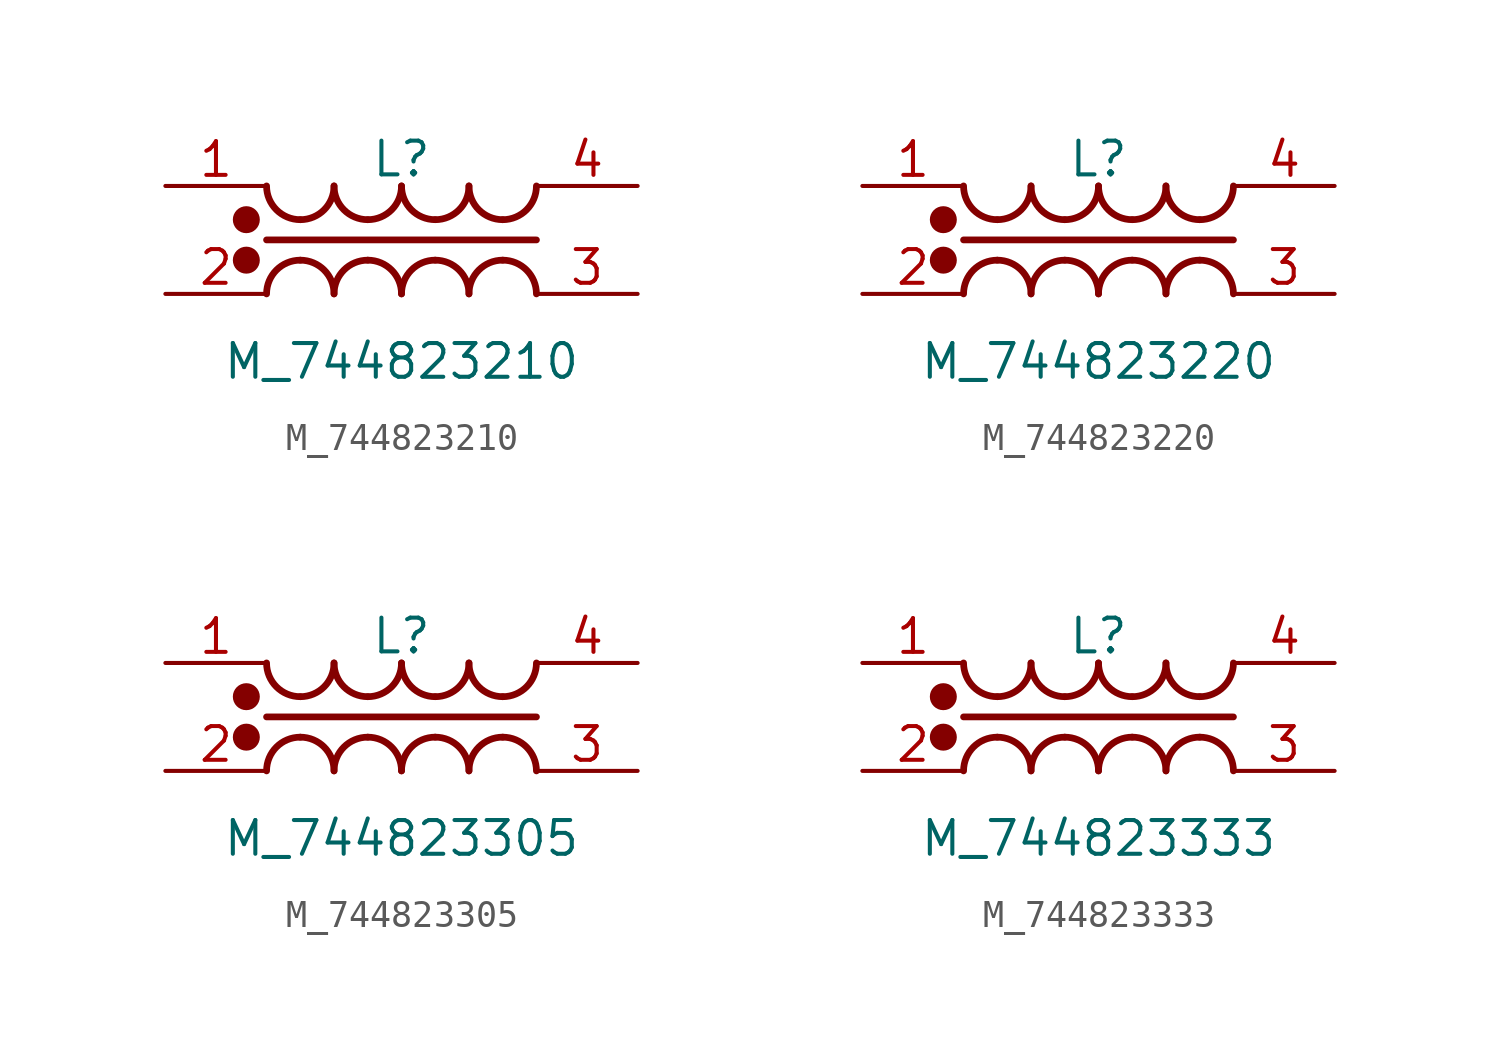
<source format=kicad_sym>
(kicad_symbol_lib
  (version 20211014)
  (generator kicad_symbol_editor)
  (symbol "Inductor_Wurth_WE-CMB:M_744823210"
    (pin_names hide)
    (property "Reference" "L"
      (at 0 5.08 0)
      (effects (font (size 1.27 1.27))))
    (property "Value" "M_744823210"
      (at 0 -2.54 0)
      (effects (font (size 1.27 1.27))))
    (symbol "M_744823210_0_1"
      (arc (start -5.08 4.064) (mid -4.708 3.166) (end -3.81 2.794) (stroke (width 0.254) (type default)) (fill (type none)))
      (arc (start -3.81 1.27) (mid -4.708 0.898) (end -5.08 0) (stroke (width 0.254) (type default)) (fill (type none)))
      (arc (start -3.81 2.794) (mid -2.912 3.166) (end -2.54 4.064) (stroke (width 0.254) (type default)) (fill (type none)))
      (arc (start -2.54 0) (mid -2.912 0.898) (end -3.81 1.27) (stroke (width 0.254) (type default)) (fill (type none)))
      (arc (start -2.5399 4.0639) (mid -2.1679 3.1659) (end -1.2699 2.7939) (stroke (width 0.254) (type default)) (fill (type none)))
      (arc (start -1.2699 1.2701) (mid -2.1679 0.8981) (end -2.5399 0.0001) (stroke (width 0.254) (type default)) (fill (type none)))
      (arc (start -1.2699 2.7939) (mid -0.3719 3.1659) (end 0.0001 4.0639) (stroke (width 0.254) (type default)) (fill (type none)))
      (arc (start 0.0001 0.0001) (mid -0.3719 0.8981) (end -1.2699 1.2701) (stroke (width 0.254) (type default)) (fill (type none)))
      (polyline (pts (xy -5.08 2.032) (xy 5.08 2.032)) (stroke (width 0.254) (type default)) (fill (type none)))
      (arc (start 0.0001 4.0639) (mid 0.3721 3.166) (end 1.2701 2.7939) (stroke (width 0.254) (type default)) (fill (type none)))
      (arc (start 1.2701 1.2701) (mid 0.3721 0.8981) (end 0.0001 0.0001) (stroke (width 0.254) (type default)) (fill (type none)))
      (arc (start 1.2701 2.7939) (mid 2.1681 3.1659) (end 2.5401 4.0639) (stroke (width 0.254) (type default)) (fill (type none)))
      (arc (start 2.5401 0.0001) (mid 2.1681 0.8981) (end 1.2701 1.2701) (stroke (width 0.254) (type default)) (fill (type none)))
      (arc (start 2.5401 4.0639) (mid 2.9121 3.166) (end 3.8101 2.7939) (stroke (width 0.254) (type default)) (fill (type none)))
      (arc (start 3.8101 1.2701) (mid 2.9121 0.8981) (end 2.5401 0.0001) (stroke (width 0.254) (type default)) (fill (type none)))
      (arc (start 3.8101 2.7939) (mid 4.7081 3.1659) (end 5.0801 4.0639) (stroke (width 0.254) (type default)) (fill (type none)))
      (arc (start 5.0801 0.0001) (mid 4.7081 0.8981) (end 3.8101 1.2701) (stroke (width 0.254) (type default)) (fill (type none))))
    (symbol "M_744823210_1_1"
      (circle (center -5.842 1.27) (radius 0.0001) (stroke (width 0.508) (type default)) (fill (type none)))
      (circle (center -5.842 2.794) (radius 0.0001) (stroke (width 0.508) (type default)) (fill (type none)))
      (pin passive line (at -8.89 4.064 0) (length 3.81) (name "1" (effects (font (size 1.27 1.27)))) (number "1" (effects (font (size 1.27 1.27)))))
      (pin passive line (at -8.89 0 0) (length 3.81) (name "2" (effects (font (size 1.27 1.27)))) (number "2" (effects (font (size 1.27 1.27)))))
      (pin passive line (at 8.89 0 180) (length 3.81) (name "3" (effects (font (size 1.27 1.27)))) (number "3" (effects (font (size 1.27 1.27)))))
      (pin passive line (at 8.89 4.064 180) (length 3.81) (name "4" (effects (font (size 1.27 1.27)))) (number "4" (effects (font (size 1.27 1.27)))))))
  (symbol "Inductor_Wurth_WE-CMB:M_744823220"
    (pin_names hide)
    (property "Reference" "L"
      (at 0 5.08 0)
      (effects (font (size 1.27 1.27))))
    (property "Value" "M_744823220"
      (at 0 -2.54 0)
      (effects (font (size 1.27 1.27))))
    (symbol "M_744823220_0_1"
      (arc (start -5.08 4.064) (mid -4.708 3.166) (end -3.81 2.794) (stroke (width 0.254) (type default)) (fill (type none)))
      (arc (start -3.81 1.27) (mid -4.708 0.898) (end -5.08 0) (stroke (width 0.254) (type default)) (fill (type none)))
      (arc (start -3.81 2.794) (mid -2.912 3.166) (end -2.54 4.064) (stroke (width 0.254) (type default)) (fill (type none)))
      (arc (start -2.54 0) (mid -2.912 0.898) (end -3.81 1.27) (stroke (width 0.254) (type default)) (fill (type none)))
      (arc (start -2.5399 4.0639) (mid -2.1679 3.1659) (end -1.2699 2.7939) (stroke (width 0.254) (type default)) (fill (type none)))
      (arc (start -1.2699 1.2701) (mid -2.1679 0.8981) (end -2.5399 0.0001) (stroke (width 0.254) (type default)) (fill (type none)))
      (arc (start -1.2699 2.7939) (mid -0.3719 3.1659) (end 0.0001 4.0639) (stroke (width 0.254) (type default)) (fill (type none)))
      (arc (start 0.0001 0.0001) (mid -0.3719 0.8981) (end -1.2699 1.2701) (stroke (width 0.254) (type default)) (fill (type none)))
      (polyline (pts (xy -5.08 2.032) (xy 5.08 2.032)) (stroke (width 0.254) (type default)) (fill (type none)))
      (arc (start 0.0001 4.0639) (mid 0.3721 3.166) (end 1.2701 2.7939) (stroke (width 0.254) (type default)) (fill (type none)))
      (arc (start 1.2701 1.2701) (mid 0.3721 0.8981) (end 0.0001 0.0001) (stroke (width 0.254) (type default)) (fill (type none)))
      (arc (start 1.2701 2.7939) (mid 2.1681 3.1659) (end 2.5401 4.0639) (stroke (width 0.254) (type default)) (fill (type none)))
      (arc (start 2.5401 0.0001) (mid 2.1681 0.8981) (end 1.2701 1.2701) (stroke (width 0.254) (type default)) (fill (type none)))
      (arc (start 2.5401 4.0639) (mid 2.9121 3.166) (end 3.8101 2.7939) (stroke (width 0.254) (type default)) (fill (type none)))
      (arc (start 3.8101 1.2701) (mid 2.9121 0.8981) (end 2.5401 0.0001) (stroke (width 0.254) (type default)) (fill (type none)))
      (arc (start 3.8101 2.7939) (mid 4.7081 3.1659) (end 5.0801 4.0639) (stroke (width 0.254) (type default)) (fill (type none)))
      (arc (start 5.0801 0.0001) (mid 4.7081 0.8981) (end 3.8101 1.2701) (stroke (width 0.254) (type default)) (fill (type none))))
    (symbol "M_744823220_1_1"
      (circle (center -5.842 1.27) (radius 0.0001) (stroke (width 0.508) (type default)) (fill (type none)))
      (circle (center -5.842 2.794) (radius 0.0001) (stroke (width 0.508) (type default)) (fill (type none)))
      (pin passive line (at -8.89 4.064 0) (length 3.81) (name "1" (effects (font (size 1.27 1.27)))) (number "1" (effects (font (size 1.27 1.27)))))
      (pin passive line (at -8.89 0 0) (length 3.81) (name "2" (effects (font (size 1.27 1.27)))) (number "2" (effects (font (size 1.27 1.27)))))
      (pin passive line (at 8.89 0 180) (length 3.81) (name "3" (effects (font (size 1.27 1.27)))) (number "3" (effects (font (size 1.27 1.27)))))
      (pin passive line (at 8.89 4.064 180) (length 3.81) (name "4" (effects (font (size 1.27 1.27)))) (number "4" (effects (font (size 1.27 1.27)))))))
  (symbol "Inductor_Wurth_WE-CMB:M_744823305"
    (pin_names hide)
    (property "Reference" "L"
      (at 0 5.08 0)
      (effects (font (size 1.27 1.27))))
    (property "Value" "M_744823305"
      (at 0 -2.54 0)
      (effects (font (size 1.27 1.27))))
    (symbol "M_744823305_0_1"
      (arc (start -5.08 4.064) (mid -4.708 3.166) (end -3.81 2.794) (stroke (width 0.254) (type default)) (fill (type none)))
      (arc (start -3.81 1.27) (mid -4.708 0.898) (end -5.08 0) (stroke (width 0.254) (type default)) (fill (type none)))
      (arc (start -3.81 2.794) (mid -2.912 3.166) (end -2.54 4.064) (stroke (width 0.254) (type default)) (fill (type none)))
      (arc (start -2.54 0) (mid -2.912 0.898) (end -3.81 1.27) (stroke (width 0.254) (type default)) (fill (type none)))
      (arc (start -2.5399 4.0639) (mid -2.1679 3.1659) (end -1.2699 2.7939) (stroke (width 0.254) (type default)) (fill (type none)))
      (arc (start -1.2699 1.2701) (mid -2.1679 0.8981) (end -2.5399 0.0001) (stroke (width 0.254) (type default)) (fill (type none)))
      (arc (start -1.2699 2.7939) (mid -0.3719 3.1659) (end 0.0001 4.0639) (stroke (width 0.254) (type default)) (fill (type none)))
      (arc (start 0.0001 0.0001) (mid -0.3719 0.8981) (end -1.2699 1.2701) (stroke (width 0.254) (type default)) (fill (type none)))
      (polyline (pts (xy -5.08 2.032) (xy 5.08 2.032)) (stroke (width 0.254) (type default)) (fill (type none)))
      (arc (start 0.0001 4.0639) (mid 0.3721 3.166) (end 1.2701 2.7939) (stroke (width 0.254) (type default)) (fill (type none)))
      (arc (start 1.2701 1.2701) (mid 0.3721 0.8981) (end 0.0001 0.0001) (stroke (width 0.254) (type default)) (fill (type none)))
      (arc (start 1.2701 2.7939) (mid 2.1681 3.1659) (end 2.5401 4.0639) (stroke (width 0.254) (type default)) (fill (type none)))
      (arc (start 2.5401 0.0001) (mid 2.1681 0.8981) (end 1.2701 1.2701) (stroke (width 0.254) (type default)) (fill (type none)))
      (arc (start 2.5401 4.0639) (mid 2.9121 3.166) (end 3.8101 2.7939) (stroke (width 0.254) (type default)) (fill (type none)))
      (arc (start 3.8101 1.2701) (mid 2.9121 0.8981) (end 2.5401 0.0001) (stroke (width 0.254) (type default)) (fill (type none)))
      (arc (start 3.8101 2.7939) (mid 4.7081 3.1659) (end 5.0801 4.0639) (stroke (width 0.254) (type default)) (fill (type none)))
      (arc (start 5.0801 0.0001) (mid 4.7081 0.8981) (end 3.8101 1.2701) (stroke (width 0.254) (type default)) (fill (type none))))
    (symbol "M_744823305_1_1"
      (circle (center -5.842 1.27) (radius 0.0001) (stroke (width 0.508) (type default)) (fill (type none)))
      (circle (center -5.842 2.794) (radius 0.0001) (stroke (width 0.508) (type default)) (fill (type none)))
      (pin passive line (at -8.89 4.064 0) (length 3.81) (name "1" (effects (font (size 1.27 1.27)))) (number "1" (effects (font (size 1.27 1.27)))))
      (pin passive line (at -8.89 0 0) (length 3.81) (name "2" (effects (font (size 1.27 1.27)))) (number "2" (effects (font (size 1.27 1.27)))))
      (pin passive line (at 8.89 0 180) (length 3.81) (name "3" (effects (font (size 1.27 1.27)))) (number "3" (effects (font (size 1.27 1.27)))))
      (pin passive line (at 8.89 4.064 180) (length 3.81) (name "4" (effects (font (size 1.27 1.27)))) (number "4" (effects (font (size 1.27 1.27)))))))
  (symbol "Inductor_Wurth_WE-CMB:M_744823333"
    (pin_names hide)
    (property "Reference" "L"
      (at 0 5.08 0)
      (effects (font (size 1.27 1.27))))
    (property "Value" "M_744823333"
      (at 0 -2.54 0)
      (effects (font (size 1.27 1.27))))
    (symbol "M_744823333_0_1"
      (arc (start -5.08 4.064) (mid -4.708 3.166) (end -3.81 2.794) (stroke (width 0.254) (type default)) (fill (type none)))
      (arc (start -3.81 1.27) (mid -4.708 0.898) (end -5.08 0) (stroke (width 0.254) (type default)) (fill (type none)))
      (arc (start -3.81 2.794) (mid -2.912 3.166) (end -2.54 4.064) (stroke (width 0.254) (type default)) (fill (type none)))
      (arc (start -2.54 0) (mid -2.912 0.898) (end -3.81 1.27) (stroke (width 0.254) (type default)) (fill (type none)))
      (arc (start -2.5399 4.0639) (mid -2.1679 3.1659) (end -1.2699 2.7939) (stroke (width 0.254) (type default)) (fill (type none)))
      (arc (start -1.2699 1.2701) (mid -2.1679 0.8981) (end -2.5399 0.0001) (stroke (width 0.254) (type default)) (fill (type none)))
      (arc (start -1.2699 2.7939) (mid -0.3719 3.1659) (end 0.0001 4.0639) (stroke (width 0.254) (type default)) (fill (type none)))
      (arc (start 0.0001 0.0001) (mid -0.3719 0.8981) (end -1.2699 1.2701) (stroke (width 0.254) (type default)) (fill (type none)))
      (polyline (pts (xy -5.08 2.032) (xy 5.08 2.032)) (stroke (width 0.254) (type default)) (fill (type none)))
      (arc (start 0.0001 4.0639) (mid 0.3721 3.166) (end 1.2701 2.7939) (stroke (width 0.254) (type default)) (fill (type none)))
      (arc (start 1.2701 1.2701) (mid 0.3721 0.8981) (end 0.0001 0.0001) (stroke (width 0.254) (type default)) (fill (type none)))
      (arc (start 1.2701 2.7939) (mid 2.1681 3.1659) (end 2.5401 4.0639) (stroke (width 0.254) (type default)) (fill (type none)))
      (arc (start 2.5401 0.0001) (mid 2.1681 0.8981) (end 1.2701 1.2701) (stroke (width 0.254) (type default)) (fill (type none)))
      (arc (start 2.5401 4.0639) (mid 2.9121 3.166) (end 3.8101 2.7939) (stroke (width 0.254) (type default)) (fill (type none)))
      (arc (start 3.8101 1.2701) (mid 2.9121 0.8981) (end 2.5401 0.0001) (stroke (width 0.254) (type default)) (fill (type none)))
      (arc (start 3.8101 2.7939) (mid 4.7081 3.1659) (end 5.0801 4.0639) (stroke (width 0.254) (type default)) (fill (type none)))
      (arc (start 5.0801 0.0001) (mid 4.7081 0.8981) (end 3.8101 1.2701) (stroke (width 0.254) (type default)) (fill (type none))))
    (symbol "M_744823333_1_1"
      (circle (center -5.842 1.27) (radius 0.0001) (stroke (width 0.508) (type default)) (fill (type none)))
      (circle (center -5.842 2.794) (radius 0.0001) (stroke (width 0.508) (type default)) (fill (type none)))
      (pin passive line (at -8.89 4.064 0) (length 3.81) (name "1" (effects (font (size 1.27 1.27)))) (number "1" (effects (font (size 1.27 1.27)))))
      (pin passive line (at -8.89 0 0) (length 3.81) (name "2" (effects (font (size 1.27 1.27)))) (number "2" (effects (font (size 1.27 1.27)))))
      (pin passive line (at 8.89 0 180) (length 3.81) (name "3" (effects (font (size 1.27 1.27)))) (number "3" (effects (font (size 1.27 1.27)))))
      (pin passive line (at 8.89 4.064 180) (length 3.81) (name "4" (effects (font (size 1.27 1.27)))) (number "4" (effects (font (size 1.27 1.27))))))))
</source>
